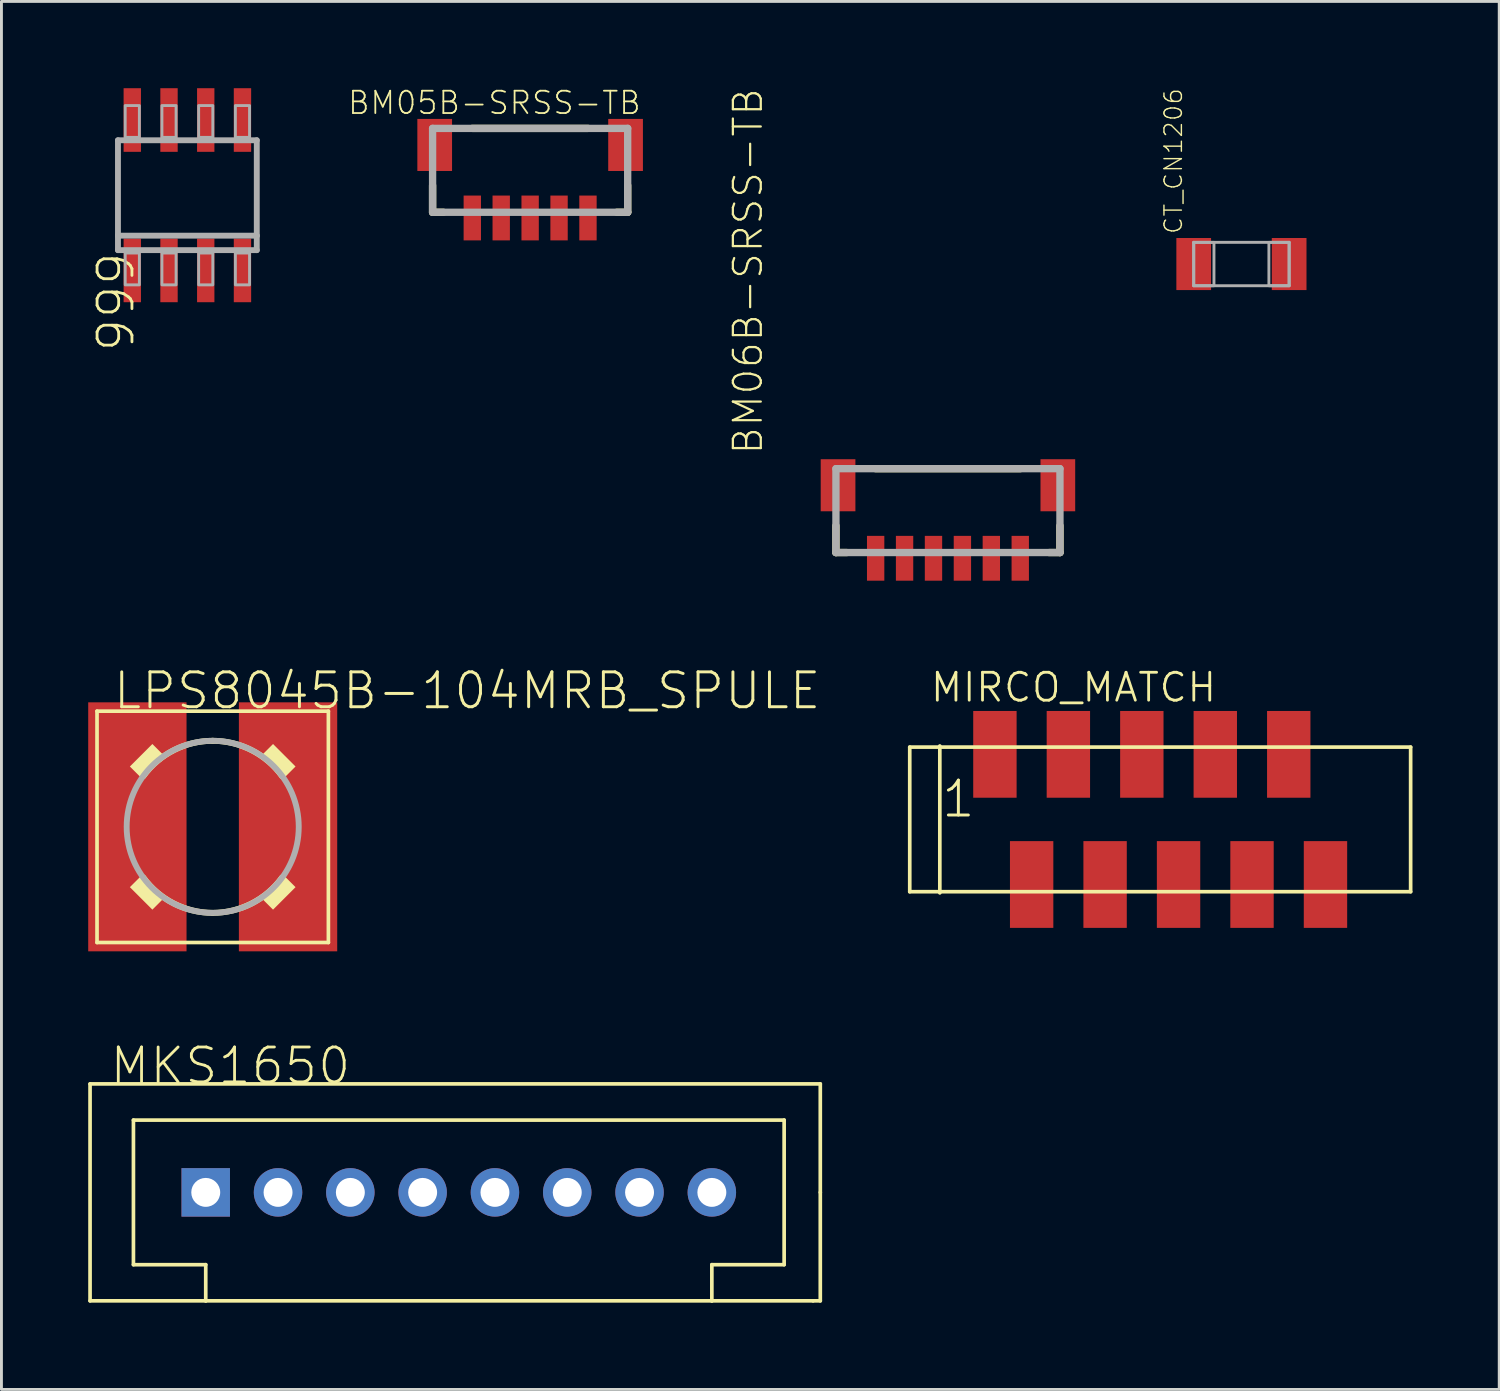
<source format=kicad_pcb>
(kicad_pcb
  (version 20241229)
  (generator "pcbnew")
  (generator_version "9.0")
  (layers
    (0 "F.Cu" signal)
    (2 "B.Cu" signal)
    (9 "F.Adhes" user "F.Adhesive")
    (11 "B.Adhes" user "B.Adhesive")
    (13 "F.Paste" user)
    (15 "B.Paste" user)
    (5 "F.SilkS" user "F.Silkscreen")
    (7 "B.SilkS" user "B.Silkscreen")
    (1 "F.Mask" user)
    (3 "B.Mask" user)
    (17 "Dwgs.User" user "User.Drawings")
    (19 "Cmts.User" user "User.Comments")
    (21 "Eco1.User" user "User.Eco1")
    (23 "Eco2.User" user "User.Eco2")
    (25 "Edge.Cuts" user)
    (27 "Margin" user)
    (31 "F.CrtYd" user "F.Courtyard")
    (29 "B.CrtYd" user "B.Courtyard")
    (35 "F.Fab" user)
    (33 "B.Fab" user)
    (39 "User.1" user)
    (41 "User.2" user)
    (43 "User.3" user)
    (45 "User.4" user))
  (footprint "999"
    (layer "F.Cu")
    (at 3.429 3.7)
    (property "Reference" "999" (at -3.175 1.905 90) (layer "F.SilkS") (effects (font (size 1.206 1.206) (thickness 0.097)) (justify right top)))
    (attr through_hole)
    (fp_line (start -2.4 -1.9) (end 2.4 -1.9) (stroke (width 0.203) (type solid)) (layer "F.Fab"))
    (fp_line (start -2.4 1.4) (end -2.4 -1.9) (stroke (width 0.203) (type solid)) (layer "F.Fab"))
    (fp_line (start -2.4 1.9) (end -2.4 1.4) (stroke (width 0.203) (type solid)) (layer "F.Fab"))
    (fp_line (start 2.4 -1.9) (end 2.4 1.4) (stroke (width 0.203) (type solid)) (layer "F.Fab"))
    (fp_line (start 2.4 1.4) (end -2.4 1.4) (stroke (width 0.203) (type solid)) (layer "F.Fab"))
    (fp_line (start 2.4 1.4) (end 2.4 1.9) (stroke (width 0.203) (type solid)) (layer "F.Fab"))
    (fp_line (start 2.4 1.9) (end -2.4 1.9) (stroke (width 0.203) (type solid)) (layer "F.Fab"))
    (fp_poly (pts (xy -2.15 -2) (xy -1.66 -2) (xy -1.66 -3.1) (xy -2.15 -3.1)) (stroke (width 0.1) (type solid)) (fill no) (layer "F.Fab"))
    (fp_poly (pts (xy -2.15 3.1) (xy -1.66 3.1) (xy -1.66 2) (xy -2.15 2)) (stroke (width 0.1) (type solid)) (fill no) (layer "F.Fab"))
    (fp_poly (pts (xy -0.88 -2) (xy -0.39 -2) (xy -0.39 -3.1) (xy -0.88 -3.1)) (stroke (width 0.1) (type solid)) (fill no) (layer "F.Fab"))
    (fp_poly (pts (xy -0.88 3.1) (xy -0.39 3.1) (xy -0.39 2) (xy -0.88 2)) (stroke (width 0.1) (type solid)) (fill no) (layer "F.Fab"))
    (fp_poly (pts (xy 0.39 -2) (xy 0.88 -2) (xy 0.88 -3.1) (xy 0.39 -3.1)) (stroke (width 0.1) (type solid)) (fill no) (layer "F.Fab"))
    (fp_poly (pts (xy 0.39 3.1) (xy 0.88 3.1) (xy 0.88 2) (xy 0.39 2)) (stroke (width 0.1) (type solid)) (fill no) (layer "F.Fab"))
    (fp_poly (pts (xy 1.66 -2) (xy 2.15 -2) (xy 2.15 -3.1) (xy 1.66 -3.1)) (stroke (width 0.1) (type solid)) (fill no) (layer "F.Fab"))
    (fp_poly (pts (xy 1.66 3.1) (xy 2.15 3.1) (xy 2.15 2) (xy 1.66 2)) (stroke (width 0.1) (type solid)) (fill no) (layer "F.Fab"))
    (pad "1" smd rect (at -1.905 2.6) (size 0.6 2.2) (layers "F.Cu" "F.Mask" "F.Paste"))
    (pad "2" smd rect (at -0.635 2.6) (size 0.6 2.2) (layers "F.Cu" "F.Mask" "F.Paste"))
    (pad "3" smd rect (at 0.635 2.6) (size 0.6 2.2) (layers "F.Cu" "F.Mask" "F.Paste"))
    (pad "4" smd rect (at 1.905 2.6) (size 0.6 2.2) (layers "F.Cu" "F.Mask" "F.Paste"))
    (pad "5" smd rect (at 1.905 -2.6) (size 0.6 2.2) (layers "F.Cu" "F.Mask" "F.Paste"))
    (pad "6" smd rect (at 0.635 -2.6) (size 0.6 2.2) (layers "F.Cu" "F.Mask" "F.Paste"))
    (pad "7" smd rect (at -0.635 -2.6) (size 0.6 2.2) (layers "F.Cu" "F.Mask" "F.Paste"))
    (pad "8" smd rect (at -1.905 -2.6) (size 0.6 2.2) (layers "F.Cu" "F.Mask" "F.Paste")))
  (footprint "LPS8045B-104MRB_SPULE"
    (layer "F.Cu")
    (at 4.305 25.54)
    (property "Reference" "LPS8045B-104MRB_SPULE" (at -3.5 -4 0) (layer "F.SilkS") (effects (font (size 1.206 1.206) (thickness 0.102)) (justify left bottom)))
    (attr through_hole)
    (fp_line (start -4 -4) (end -4 4) (stroke (width 0.127) (type solid)) (layer "F.SilkS"))
    (fp_line (start -4 4) (end 4 4) (stroke (width 0.127) (type solid)) (layer "F.SilkS"))
    (fp_line (start 4 -4) (end -4 -4) (stroke (width 0.127) (type solid)) (layer "F.SilkS"))
    (fp_line (start 4 4) (end 4 -4) (stroke (width 0.127) (type solid)) (layer "F.SilkS"))
    (fp_arc (start -2.4 -1.75) (mid -1.346639 -2.649793) (end 0 -2.975) (stroke (width 0.2032) (type solid)) (layer "F.SilkS"))
    (fp_arc (start 0 -2.975) (mid 1.34664 -2.649794) (end 2.4 -1.75) (stroke (width 0.2032) (type solid)) (layer "F.SilkS"))
    (fp_arc (start 0 2.975) (mid -1.34664 2.649794) (end -2.4 1.75) (stroke (width 0.2032) (type solid)) (layer "F.SilkS"))
    (fp_arc (start 2.4 1.75) (mid 1.346639 2.649793) (end 0 2.975) (stroke (width 0.2032) (type solid)) (layer "F.SilkS"))
    (fp_poly (pts (xy -2.457 -1.679) (xy -1.679 -2.457) (xy -2.086 -2.864) (xy -2.864 -2.086)) (stroke (width 0) (type solid)) (fill yes) (layer "F.SilkS"))
    (fp_poly (pts (xy -1.679 2.457) (xy -2.457 1.679) (xy -2.864 2.086) (xy -2.086 2.864)) (stroke (width 0) (type solid)) (fill yes) (layer "F.SilkS"))
    (fp_poly (pts (xy 1.679 -2.457) (xy 2.457 -1.679) (xy 2.864 -2.086) (xy 2.086 -2.864)) (stroke (width 0) (type solid)) (fill yes) (layer "F.SilkS"))
    (fp_poly (pts (xy 2.457 1.679) (xy 1.679 2.457) (xy 2.086 2.864) (xy 2.864 2.086)) (stroke (width 0) (type solid)) (fill yes) (layer "F.SilkS"))
    (fp_circle (center 0 0) (end 2.975 0) (stroke (width 0.203) (type solid)) (fill no) (layer "F.Fab"))
    (pad "1" smd rect (at -2.605 0 90) (size 8.61 3.4) (layers "F.Cu" "F.Mask" "F.Paste"))
    (pad "2" smd rect (at 2.605 0 90) (size 8.61 3.4) (layers "F.Cu" "F.Mask" "F.Paste")))
  (footprint "CT_CN1206"
    (layer "F.Cu")
    (at 39.876 6.08)
    (property "Reference" "CT_CN1206" (at -2 -1 90) (layer "F.SilkS") (effects (font (size 0.603 0.603) (thickness 0.048)) (justify left bottom)))
    (attr through_hole)
    (fp_line (start -1.65 -0.75) (end 1.65 -0.75) (stroke (width 0.102) (type solid)) (layer "F.Fab"))
    (fp_line (start -1.65 0.75) (end -1.65 -0.75) (stroke (width 0.102) (type solid)) (layer "F.Fab"))
    (fp_line (start 1.65 -0.75) (end 1.65 0.75) (stroke (width 0.102) (type solid)) (layer "F.Fab"))
    (fp_line (start 1.65 0.75) (end -1.65 0.75) (stroke (width 0.102) (type solid)) (layer "F.Fab"))
    (fp_poly (pts (xy -1.65 0.75) (xy -0.95 0.75) (xy -0.95 -0.75) (xy -1.65 -0.75)) (stroke (width 0.1) (type solid)) (fill no) (layer "F.Fab"))
    (fp_poly (pts (xy 1.65 -0.75) (xy 0.95 -0.75) (xy 0.95 0.75) (xy 1.65 0.75)) (stroke (width 0.1) (type solid)) (fill no) (layer "F.Fab"))
    (pad "1" smd rect (at -1.65 0) (size 1.2 1.8) (layers "F.Cu" "F.Mask" "F.Paste"))
    (pad "2" smd rect (at 1.65 0) (size 1.2 1.8) (layers "F.Cu" "F.Mask" "F.Paste")))
  (footprint "BM05B-SRSS-TB"
    (layer "F.Cu")
    (at 15.281 2.862)
    (property "Reference" "BM05B-SRSS-TB" (at -6.35 -1.905 180) (layer "F.SilkS") (effects (font (size 0.772 0.772) (thickness 0.062)) (justify left bottom)))
    (attr through_hole)
    (fp_line (start -3.373 0.5) (end -3.373 1.427) (stroke (width 0.254) (type solid)) (layer "F.SilkS"))
    (fp_line (start -3.373 1.427) (end -3 1.427) (stroke (width 0.254) (type solid)) (layer "F.SilkS"))
    (fp_line (start -2 -1.473) (end 2 -1.473) (stroke (width 0.254) (type solid)) (layer "F.SilkS"))
    (fp_line (start 3.373 0.5) (end 3.373 1.427) (stroke (width 0.254) (type solid)) (layer "F.SilkS"))
    (fp_line (start 3.373 1.427) (end 3 1.427) (stroke (width 0.254) (type solid)) (layer "F.SilkS"))
    (fp_line (start -3.373 -1.473) (end -3.373 1.427) (stroke (width 0.254) (type solid)) (layer "F.Fab"))
    (fp_line (start -3.373 1.427) (end 3.373 1.427) (stroke (width 0.254) (type solid)) (layer "F.Fab"))
    (fp_line (start 3.373 -1.473) (end -3.373 -1.473) (stroke (width 0.254) (type solid)) (layer "F.Fab"))
    (fp_line (start 3.373 1.427) (end 3.373 -1.473) (stroke (width 0.254) (type solid)) (layer "F.Fab"))
    (pad "1" smd rect (at 2 1.625) (size 0.6 1.55) (layers "F.Cu" "F.Mask" "F.Paste"))
    (pad "2" smd rect (at 1 1.625) (size 0.6 1.55) (layers "F.Cu" "F.Mask" "F.Paste"))
    (pad "3" smd rect (at 0 1.625) (size 0.6 1.55) (layers "F.Cu" "F.Mask" "F.Paste"))
    (pad "4" smd rect (at -1 1.625) (size 0.6 1.55) (layers "F.Cu" "F.Mask" "F.Paste"))
    (pad "5" smd rect (at -2 1.625) (size 0.6 1.55) (layers "F.Cu" "F.Mask" "F.Paste"))
    (pad "FIT@1" smd rect (at 3.3 -0.9) (size 1.2 1.8) (layers "F.Cu" "F.Mask" "F.Paste"))
    (pad "FIT@2" smd rect (at -3.3 -0.9) (size 1.2 1.8) (layers "F.Cu" "F.Mask" "F.Paste")))
  (footprint "MKS1650"
    (layer "F.Cu")
    (at 4.064 38.18)
    (property "Reference" "MKS1650" (at 5.08 -5.08 180) (layer "F.SilkS") (effects (font (size 1.206 1.206) (thickness 0.097)) (justify right top)))
    (attr through_hole)
    (fp_line (start -4 -3.75) (end -4 3.75) (stroke (width 0.127) (type solid)) (layer "F.SilkS"))
    (fp_line (start -4 3.75) (end 0 3.75) (stroke (width 0.127) (type solid)) (layer "F.SilkS"))
    (fp_line (start -2.5 -2.5) (end 20 -2.5) (stroke (width 0.127) (type solid)) (layer "F.SilkS"))
    (fp_line (start -2.5 2.5) (end -2.5 -2.5) (stroke (width 0.127) (type solid)) (layer "F.SilkS"))
    (fp_line (start 0 2.5) (end -2.5 2.5) (stroke (width 0.127) (type solid)) (layer "F.SilkS"))
    (fp_line (start 0 3.75) (end 0 2.5) (stroke (width 0.127) (type solid)) (layer "F.SilkS"))
    (fp_line (start 0 3.75) (end 17.5 3.75) (stroke (width 0.127) (type solid)) (layer "F.SilkS"))
    (fp_line (start 17.5 2.5) (end 17.5 3.75) (stroke (width 0.127) (type solid)) (layer "F.SilkS"))
    (fp_line (start 17.5 3.75) (end 21 3.75) (stroke (width 0.127) (type solid)) (layer "F.SilkS"))
    (fp_line (start 20 -2.5) (end 20 2.5) (stroke (width 0.127) (type solid)) (layer "F.SilkS"))
    (fp_line (start 20 2.5) (end 17.5 2.5) (stroke (width 0.127) (type solid)) (layer "F.SilkS"))
    (fp_line (start 21 3.75) (end 21.25 3.75) (stroke (width 0.127) (type solid)) (layer "F.SilkS"))
    (fp_line (start 21.25 -3.75) (end -4 -3.75) (stroke (width 0.127) (type solid)) (layer "F.SilkS"))
    (fp_line (start 21.25 0) (end 21.25 -3.75) (stroke (width 0.127) (type solid)) (layer "F.SilkS"))
    (fp_line (start 21.25 3.75) (end 21.25 0) (stroke (width 0.127) (type solid)) (layer "F.SilkS"))
    (pad "P$1" thru_hole rect (at 0 0) (size 1.676 1.676) (drill 1) (layers "*.Cu" "*.Mask"))
    (pad "P$2" thru_hole circle (at 2.5 0) (size 1.676 1.676) (drill 1) (layers "*.Cu" "*.Mask"))
    (pad "P$3" thru_hole circle (at 5 0) (size 1.676 1.676) (drill 1) (layers "*.Cu" "*.Mask"))
    (pad "P$4" thru_hole circle (at 7.5 0) (size 1.676 1.676) (drill 1) (layers "*.Cu" "*.Mask"))
    (pad "P$5" thru_hole circle (at 10 0) (size 1.676 1.676) (drill 1) (layers "*.Cu" "*.Mask"))
    (pad "P$6" thru_hole circle (at 12.5 0) (size 1.676 1.676) (drill 1) (layers "*.Cu" "*.Mask"))
    (pad "P$7" thru_hole circle (at 15 0) (size 1.676 1.676) (drill 1) (layers "*.Cu" "*.Mask"))
    (pad "P$8" thru_hole circle (at 17.5 0) (size 1.676 1.676) (drill 1) (layers "*.Cu" "*.Mask")))
  (footprint "BM06B-SRSS-TB"
    (layer "F.Cu")
    (at 29.728 14.629)
    (property "Reference" "BM06B-SRSS-TB" (at -6.35 -1.905 270) (layer "F.SilkS") (effects (font (size 0.965 0.965) (thickness 0.077)) (justify left bottom)))
    (attr through_hole)
    (fp_line (start -3.873 0.5) (end -3.873 1.427) (stroke (width 0.254) (type solid)) (layer "F.SilkS"))
    (fp_line (start -3.873 1.427) (end -3.5 1.427) (stroke (width 0.254) (type solid)) (layer "F.SilkS"))
    (fp_line (start -2.5 -1.473) (end 2.5 -1.473) (stroke (width 0.254) (type solid)) (layer "F.SilkS"))
    (fp_line (start 3.873 0.5) (end 3.873 1.427) (stroke (width 0.254) (type solid)) (layer "F.SilkS"))
    (fp_line (start 3.873 1.427) (end 3.5 1.427) (stroke (width 0.254) (type solid)) (layer "F.SilkS"))
    (fp_line (start -3.873 -1.473) (end -3.873 1.427) (stroke (width 0.254) (type solid)) (layer "F.Fab"))
    (fp_line (start -3.873 1.427) (end 3.873 1.427) (stroke (width 0.254) (type solid)) (layer "F.Fab"))
    (fp_line (start 3.873 -1.473) (end -3.873 -1.473) (stroke (width 0.254) (type solid)) (layer "F.Fab"))
    (fp_line (start 3.873 1.427) (end 3.873 -1.473) (stroke (width 0.254) (type solid)) (layer "F.Fab"))
    (pad "1" smd rect (at 2.5 1.625) (size 0.6 1.55) (layers "F.Cu" "F.Mask" "F.Paste"))
    (pad "2" smd rect (at 1.5 1.625) (size 0.6 1.55) (layers "F.Cu" "F.Mask" "F.Paste"))
    (pad "3" smd rect (at 0.5 1.625) (size 0.6 1.55) (layers "F.Cu" "F.Mask" "F.Paste"))
    (pad "4" smd rect (at -0.5 1.625) (size 0.6 1.55) (layers "F.Cu" "F.Mask" "F.Paste"))
    (pad "5" smd rect (at -1.5 1.625) (size 0.6 1.55) (layers "F.Cu" "F.Mask" "F.Paste"))
    (pad "6" smd rect (at -2.5 1.625) (size 0.6 1.55) (layers "F.Cu" "F.Mask" "F.Paste"))
    (pad "FIT@1" smd rect (at 3.8 -0.9) (size 1.2 1.8) (layers "F.Cu" "F.Mask" "F.Paste"))
    (pad "FIT@2" smd rect (at -3.8 -0.9) (size 1.2 1.8) (layers "F.Cu" "F.Mask" "F.Paste")))
  (footprint "MIRCO_MATCH"
    (layer "F.Cu")
    (at 37.067 25.284)
    (property "Reference" "MIRCO_MATCH" (at -8 -4 0) (layer "F.SilkS") (effects (font (size 0.965 0.965) (thickness 0.097)) (justify left bottom)))
    (attr through_hole)
    (fp_line (start -8.66 -2.5) (end -8.66 2.5) (stroke (width 0.127) (type solid)) (layer "F.SilkS"))
    (fp_line (start -8.66 2.5) (end 8.66 2.5) (stroke (width 0.127) (type solid)) (layer "F.SilkS"))
    (fp_line (start -7.62 2.54) (end -7.62 -2.54) (stroke (width 0.127) (type solid)) (layer "F.SilkS"))
    (fp_line (start 8.66 -2.5) (end -8.66 -2.5) (stroke (width 0.127) (type solid)) (layer "F.SilkS"))
    (fp_line (start 8.66 2.5) (end 8.66 -2.5) (stroke (width 0.127) (type solid)) (layer "F.SilkS"))
    (fp_text user "1" (at -7.62 0 0) (layer "F.SilkS") (effects (font (size 1.206 1.206) (thickness 0.102)) (justify left bottom)))
    (pad "1" smd rect (at -5.715 -2.25 90) (size 3 1.5) (layers "F.Cu" "F.Mask" "F.Paste"))
    (pad "2" smd rect (at -4.445 2.25 90) (size 3 1.5) (layers "F.Cu" "F.Mask" "F.Paste"))
    (pad "3" smd rect (at -3.175 -2.25 90) (size 3 1.5) (layers "F.Cu" "F.Mask" "F.Paste"))
    (pad "4" smd rect (at -1.905 2.25 90) (size 3 1.5) (layers "F.Cu" "F.Mask" "F.Paste"))
    (pad "5" smd rect (at -0.635 -2.25 90) (size 3 1.5) (layers "F.Cu" "F.Mask" "F.Paste"))
    (pad "6" smd rect (at 0.635 2.25 90) (size 3 1.5) (layers "F.Cu" "F.Mask" "F.Paste"))
    (pad "7" smd rect (at 1.905 -2.25 90) (size 3 1.5) (layers "F.Cu" "F.Mask" "F.Paste"))
    (pad "8" smd rect (at 3.175 2.25 90) (size 3 1.5) (layers "F.Cu" "F.Mask" "F.Paste"))
    (pad "9" smd rect (at 4.445 -2.25 90) (size 3 1.5) (layers "F.Cu" "F.Mask" "F.Paste"))
    (pad "10" smd rect (at 5.715 2.25 90) (size 3 1.5) (layers "F.Cu" "F.Mask" "F.Paste")))
  (gr_rect
    (start -3 -3)
    (end 48.79 44.993)
    (stroke (width 0.1) (type default))
    (fill no)
    (layer "Edge.Cuts")))
</source>
